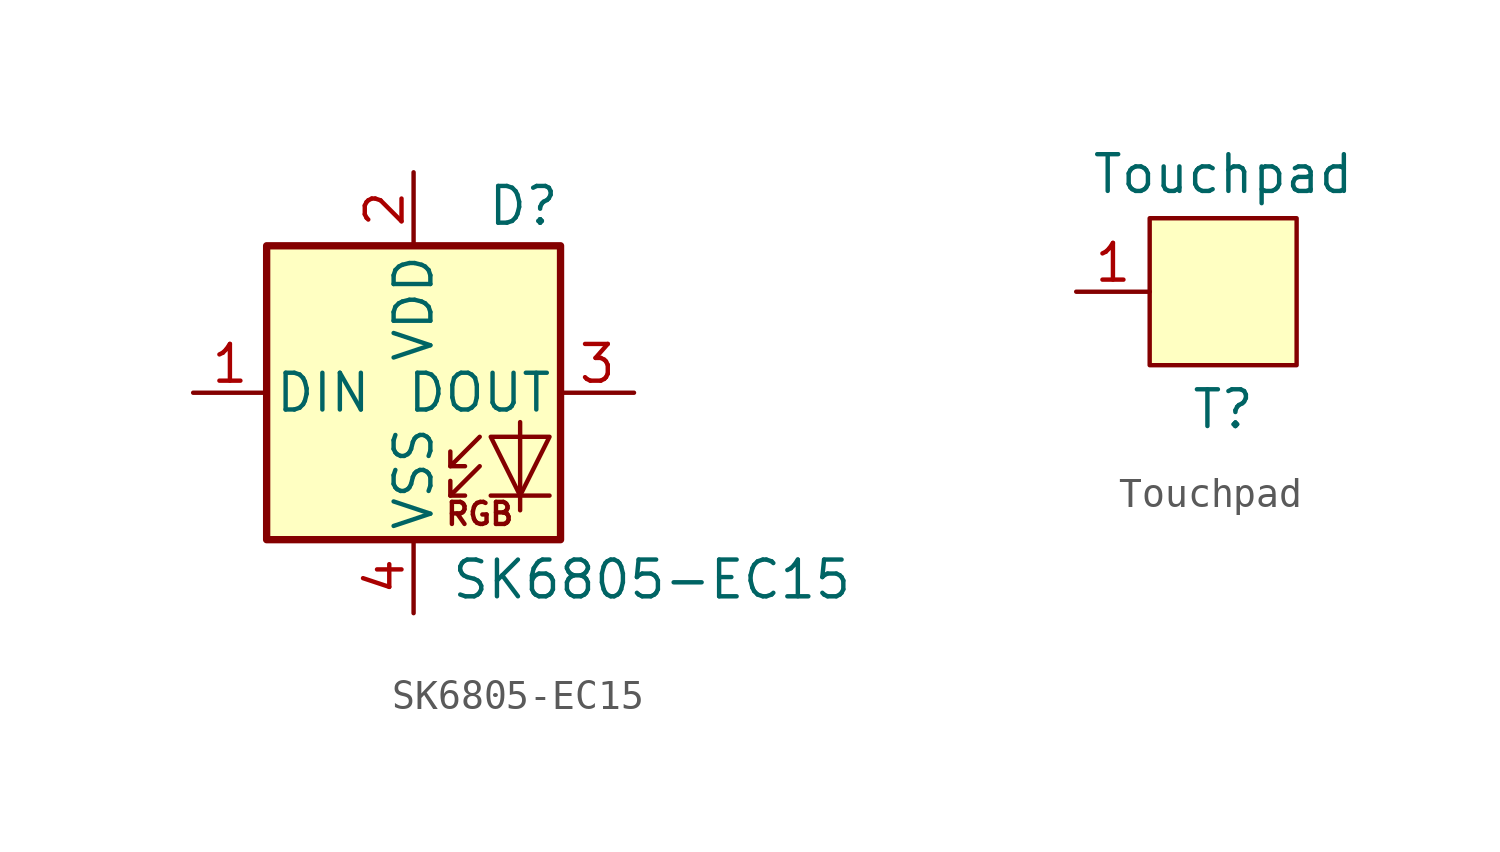
<source format=kicad_sym>
(kicad_symbol_lib
  (version 20241209)
  (generator "kicad_symbol_editor")
  (generator_version "9.0")
  (symbol "SK6805-EC15"
    (pin_names
      (offset 0.254))
    (property "Reference" "D"
      (at 5.08 5.715 0)
      (effects (font (size 1.27 1.27)) (justify right bottom)))
    (property "Value" "SK6805-EC15"
      (at 1.27 -5.715 0)
      (effects (font (size 1.27 1.27)) (justify left top)))
    (symbol "SK6805-EC15_0_0"
      (text "RGB" (at 2.286 -4.191 0) (effects (font (size 0.762 0.762)))))
    (symbol "SK6805-EC15_0_1"
      (polyline (pts (xy 1.27 -2.54) (xy 1.778 -2.54)) (stroke (width 0) (type default)) (fill (type none)))
      (polyline (pts (xy 1.27 -3.556) (xy 1.778 -3.556)) (stroke (width 0) (type default)) (fill (type none)))
      (polyline (pts (xy 2.286 -1.524) (xy 1.27 -2.54) (xy 1.27 -2.032)) (stroke (width 0) (type default)) (fill (type none)))
      (polyline (pts (xy 2.286 -2.54) (xy 1.27 -3.556) (xy 1.27 -3.048)) (stroke (width 0) (type default)) (fill (type none)))
      (polyline (pts (xy 3.683 -1.016) (xy 3.683 -3.556) (xy 3.683 -4.064)) (stroke (width 0) (type default)) (fill (type none)))
      (polyline (pts (xy 4.699 -1.524) (xy 2.667 -1.524) (xy 3.683 -3.556) (xy 4.699 -1.524)) (stroke (width 0) (type default)) (fill (type none)))
      (polyline (pts (xy 4.699 -3.556) (xy 2.667 -3.556)) (stroke (width 0) (type default)) (fill (type none)))
      (rectangle (start 5.08 5.08) (end -5.08 -5.08) (stroke (width 0.254) (type default)) (fill (type background))))
    (symbol "SK6805-EC15_1_1"
      (pin input line (at -7.62 0 0) (length 2.54) (name "DIN" (effects (font (size 1.27 1.27)))) (number "1" (effects (font (size 1.27 1.27)))))
      (pin power_in line (at 0 7.62 270) (length 2.54) (name "VDD" (effects (font (size 1.27 1.27)))) (number "2" (effects (font (size 1.27 1.27)))))
      (pin power_in line (at 0 -7.62 90) (length 2.54) (name "VSS" (effects (font (size 1.27 1.27)))) (number "4" (effects (font (size 1.27 1.27)))))
      (pin output line (at 7.62 0 180) (length 2.54) (name "DOUT" (effects (font (size 1.27 1.27)))) (number "3" (effects (font (size 1.27 1.27)))))))
  (symbol "Touchpad"
    (property "Reference" "T"
      (at 0 -4.064 0)
      (effects (font (size 1.27 1.27))))
    (property "Value" "Touchpad"
      (at 0 4.064 0)
      (effects (font (size 1.27 1.27))))
    (symbol "Touchpad_1_1"
      (rectangle (start -2.54 2.54) (end 2.54 -2.54) (stroke (width 0) (type solid)) (fill (type background)))
      (pin input line (at -5.08 0 0) (length 2.54) (name "" (effects (font (size 1.27 1.27)))) (number "1" (effects (font (size 1.27 1.27))))))))
</source>
